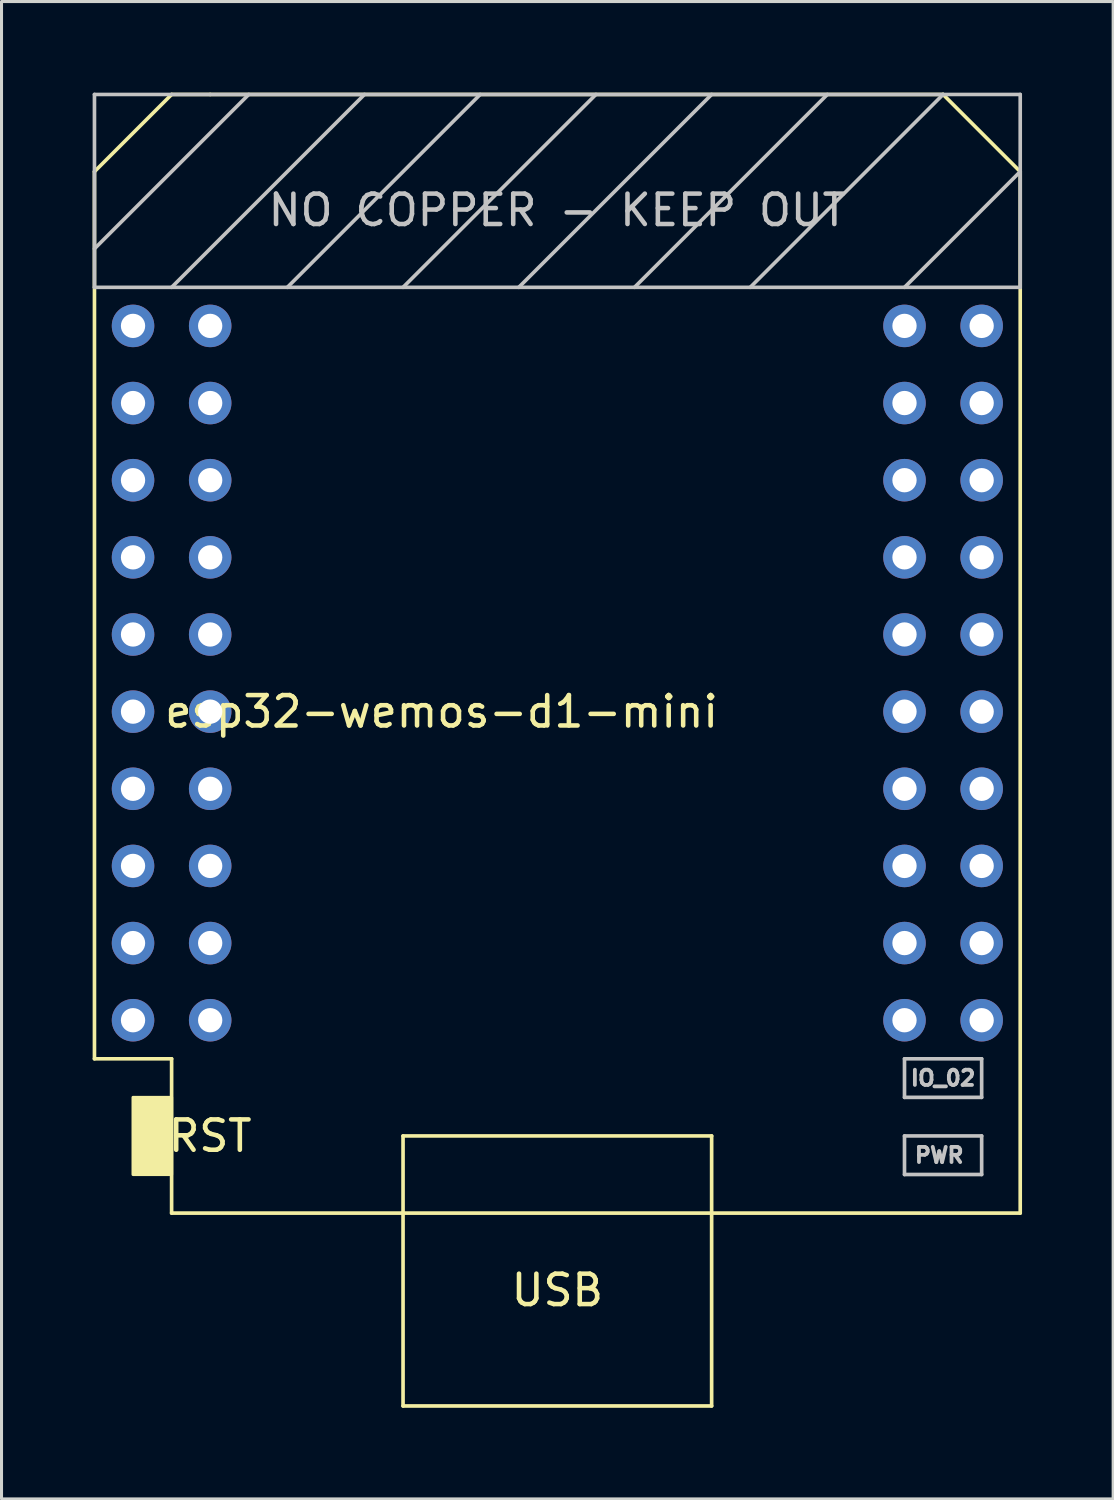
<source format=kicad_pcb>
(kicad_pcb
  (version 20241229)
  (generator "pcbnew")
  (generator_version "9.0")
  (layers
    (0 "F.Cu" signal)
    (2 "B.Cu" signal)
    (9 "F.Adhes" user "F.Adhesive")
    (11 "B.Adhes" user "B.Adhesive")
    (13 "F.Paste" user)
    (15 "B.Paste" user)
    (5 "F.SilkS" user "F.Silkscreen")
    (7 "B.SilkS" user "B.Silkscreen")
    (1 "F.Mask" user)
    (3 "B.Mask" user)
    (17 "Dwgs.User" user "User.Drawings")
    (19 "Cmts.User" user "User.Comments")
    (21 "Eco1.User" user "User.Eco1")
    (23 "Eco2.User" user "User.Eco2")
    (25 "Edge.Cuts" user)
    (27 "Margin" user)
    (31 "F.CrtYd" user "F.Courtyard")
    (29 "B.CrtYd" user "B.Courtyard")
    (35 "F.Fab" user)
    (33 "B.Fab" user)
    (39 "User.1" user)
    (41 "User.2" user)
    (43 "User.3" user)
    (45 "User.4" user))
  (footprint "esp32-wemos-d1-mini"
    (layer "F.Cu")
    (at 15.3 19.11)
    (property "Reference" "esp32-wemos-d1-mini" (at -3.81 1.27 0) (layer "F.SilkS") (effects (font (size 1 1) (thickness 0.15))))
    (attr through_hole)
    (fp_line (start -15.24 -16.51) (end -15.24 12.7) (stroke (width 0.12) (type solid)) (layer "F.SilkS"))
    (fp_line (start -15.24 12.7) (end -12.7 12.7) (stroke (width 0.12) (type solid)) (layer "F.SilkS"))
    (fp_line (start -12.7 -19.05) (end -15.24 -16.51) (stroke (width 0.12) (type solid)) (layer "F.SilkS"))
    (fp_line (start -12.7 -19.05) (end -11.43 -19.05) (stroke (width 0.12) (type solid)) (layer "F.SilkS"))
    (fp_line (start -12.7 12.7) (end -12.7 17.78) (stroke (width 0.12) (type solid)) (layer "F.SilkS"))
    (fp_line (start -12.7 17.78) (end 15.24 17.78) (stroke (width 0.12) (type solid)) (layer "F.SilkS"))
    (fp_line (start -5.08 15.24) (end 5.08 15.24) (stroke (width 0.12) (type solid)) (layer "F.SilkS"))
    (fp_line (start -5.08 17.78) (end -5.08 15.24) (stroke (width 0.12) (type solid)) (layer "F.SilkS"))
    (fp_line (start -5.08 17.78) (end -5.08 24.13) (stroke (width 0.12) (type solid)) (layer "F.SilkS"))
    (fp_line (start -5.08 24.13) (end 5.08 24.13) (stroke (width 0.12) (type solid)) (layer "F.SilkS"))
    (fp_line (start 5.08 15.24) (end 5.08 17.78) (stroke (width 0.12) (type solid)) (layer "F.SilkS"))
    (fp_line (start 5.08 24.13) (end 5.08 17.78) (stroke (width 0.12) (type solid)) (layer "F.SilkS"))
    (fp_line (start 12.7 -19.05) (end -11.43 -19.05) (stroke (width 0.12) (type solid)) (layer "F.SilkS"))
    (fp_line (start 12.7 -19.05) (end 15.24 -16.51) (stroke (width 0.12) (type solid)) (layer "F.SilkS"))
    (fp_line (start 15.24 -16.51) (end 15.24 17.78) (stroke (width 0.12) (type solid)) (layer "F.SilkS"))
    (fp_poly (pts (xy -13.97 16.51) (xy -13.97 13.97) (xy -12.7 13.97) (xy -12.7 16.51)) (stroke (width 0.1) (type solid)) (fill yes) (layer "F.SilkS"))
    (fp_line (start -15.24 -19.05) (end -15.24 -12.7) (stroke (width 0.12) (type solid)) (layer "Dwgs.User"))
    (fp_line (start -15.24 -12.7) (end 15.24 -12.7) (stroke (width 0.12) (type solid)) (layer "Dwgs.User"))
    (fp_line (start -10.16 -19.05) (end -15.24 -13.97) (stroke (width 0.12) (type solid)) (layer "Dwgs.User"))
    (fp_line (start -6.35 -19.05) (end -12.7 -12.7) (stroke (width 0.12) (type solid)) (layer "Dwgs.User"))
    (fp_line (start -2.54 -19.05) (end -8.89 -12.7) (stroke (width 0.12) (type solid)) (layer "Dwgs.User"))
    (fp_line (start 1.27 -19.05) (end -5.08 -12.7) (stroke (width 0.12) (type solid)) (layer "Dwgs.User"))
    (fp_line (start 5.08 -19.05) (end -1.27 -12.7) (stroke (width 0.12) (type solid)) (layer "Dwgs.User"))
    (fp_line (start 8.89 -19.05) (end 2.54 -12.7) (stroke (width 0.12) (type solid)) (layer "Dwgs.User"))
    (fp_line (start 11.43 12.7) (end 11.43 13.97) (stroke (width 0.12) (type solid)) (layer "Dwgs.User"))
    (fp_line (start 11.43 13.97) (end 13.97 13.97) (stroke (width 0.12) (type solid)) (layer "Dwgs.User"))
    (fp_line (start 11.43 15.24) (end 13.97 15.24) (stroke (width 0.12) (type solid)) (layer "Dwgs.User"))
    (fp_line (start 11.43 16.51) (end 11.43 15.24) (stroke (width 0.12) (type solid)) (layer "Dwgs.User"))
    (fp_line (start 12.7 -19.05) (end 6.35 -12.7) (stroke (width 0.12) (type solid)) (layer "Dwgs.User"))
    (fp_line (start 13.97 12.7) (end 11.43 12.7) (stroke (width 0.12) (type solid)) (layer "Dwgs.User"))
    (fp_line (start 13.97 13.97) (end 13.97 12.7) (stroke (width 0.12) (type solid)) (layer "Dwgs.User"))
    (fp_line (start 13.97 15.24) (end 13.97 16.51) (stroke (width 0.12) (type solid)) (layer "Dwgs.User"))
    (fp_line (start 13.97 16.51) (end 11.43 16.51) (stroke (width 0.12) (type solid)) (layer "Dwgs.User"))
    (fp_line (start 15.24 -19.05) (end -15.24 -19.05) (stroke (width 0.12) (type solid)) (layer "Dwgs.User"))
    (fp_line (start 15.24 -16.51) (end 11.43 -12.7) (stroke (width 0.12) (type solid)) (layer "Dwgs.User"))
    (fp_line (start 15.24 -12.7) (end 15.24 -19.05) (stroke (width 0.12) (type solid)) (layer "Dwgs.User"))
    (fp_text user "RST" (at -11.43 15.24 0) (layer "F.SilkS") (effects (font (size 1 1) (thickness 0.15))))
    (fp_text user "USB" (at 0 20.32 0) (layer "F.SilkS") (effects (font (size 1 1) (thickness 0.15))))
    (fp_text user "NO COPPER - KEEP OUT" (at 0 -15.24 0) (layer "Dwgs.User") (effects (font (size 1 1) (thickness 0.15))))
    (fp_text user "PWR" (at 12.573 15.875 0) (layer "Dwgs.User") (effects (font (size 0.5 0.5) (thickness 0.125))))
    (fp_text user "IO_02" (at 12.7 13.335 0) (layer "Dwgs.User") (effects (font (size 0.5 0.5) (thickness 0.125))))
    (pad "1" thru_hole circle (at -13.97 -11.43 270) (size 1.4 1.4) (drill 0.8) (layers "*.Cu" "*.Mask"))
    (pad "2" thru_hole circle (at -11.43 -11.43 270) (size 1.4 1.4) (drill 0.8) (layers "*.Cu" "*.Mask"))
    (pad "3" thru_hole circle (at -13.97 -8.89 270) (size 1.4 1.4) (drill 0.8) (layers "*.Cu" "*.Mask"))
    (pad "4" thru_hole circle (at -11.43 -8.89 270) (size 1.4 1.4) (drill 0.8) (layers "*.Cu" "*.Mask"))
    (pad "5" thru_hole circle (at -13.97 -6.35 270) (size 1.4 1.4) (drill 0.8) (layers "*.Cu" "*.Mask"))
    (pad "6" thru_hole circle (at -11.43 -6.35 270) (size 1.4 1.4) (drill 0.8) (layers "*.Cu" "*.Mask"))
    (pad "7" thru_hole circle (at -13.97 -3.81 270) (size 1.4 1.4) (drill 0.8) (layers "*.Cu" "*.Mask"))
    (pad "8" thru_hole circle (at -11.43 -3.81 270) (size 1.4 1.4) (drill 0.8) (layers "*.Cu" "*.Mask"))
    (pad "9" thru_hole circle (at -13.97 -1.27 270) (size 1.4 1.4) (drill 0.8) (layers "*.Cu" "*.Mask"))
    (pad "10" thru_hole circle (at -11.43 -1.27 270) (size 1.4 1.4) (drill 0.8) (layers "*.Cu" "*.Mask"))
    (pad "11" thru_hole circle (at -13.97 1.27 270) (size 1.4 1.4) (drill 0.8) (layers "*.Cu" "*.Mask"))
    (pad "12" thru_hole circle (at -11.43 1.27 270) (size 1.4 1.4) (drill 0.8) (layers "*.Cu" "*.Mask"))
    (pad "13" thru_hole circle (at -13.97 3.81 270) (size 1.4 1.4) (drill 0.8) (layers "*.Cu" "*.Mask"))
    (pad "14" thru_hole circle (at -11.43 3.81 270) (size 1.4 1.4) (drill 0.8) (layers "*.Cu" "*.Mask"))
    (pad "15" thru_hole circle (at -13.97 6.35 270) (size 1.4 1.4) (drill 0.8) (layers "*.Cu" "*.Mask"))
    (pad "16" thru_hole circle (at -11.43 6.35 270) (size 1.4 1.4) (drill 0.8) (layers "*.Cu" "*.Mask"))
    (pad "17" thru_hole circle (at -13.97 8.89 270) (size 1.4 1.4) (drill 0.8) (layers "*.Cu" "*.Mask"))
    (pad "18" thru_hole circle (at -11.43 8.89 270) (size 1.4 1.4) (drill 0.8) (layers "*.Cu" "*.Mask"))
    (pad "19" thru_hole circle (at -13.97 11.43 270) (size 1.4 1.4) (drill 0.8) (layers "*.Cu" "*.Mask"))
    (pad "20" thru_hole circle (at -11.43 11.43 270) (size 1.4 1.4) (drill 0.8) (layers "*.Cu" "*.Mask"))
    (pad "21" thru_hole circle (at 11.43 -11.43 270) (size 1.4 1.4) (drill 0.8) (layers "*.Cu" "*.Mask"))
    (pad "22" thru_hole circle (at 13.97 -11.43 270) (size 1.4 1.4) (drill 0.8) (layers "*.Cu" "*.Mask"))
    (pad "23" thru_hole circle (at 11.43 -8.89 270) (size 1.4 1.4) (drill 0.8) (layers "*.Cu" "*.Mask"))
    (pad "24" thru_hole circle (at 13.97 -8.89 270) (size 1.4 1.4) (drill 0.8) (layers "*.Cu" "*.Mask"))
    (pad "25" thru_hole circle (at 11.43 -6.35 270) (size 1.4 1.4) (drill 0.8) (layers "*.Cu" "*.Mask"))
    (pad "26" thru_hole circle (at 13.97 -6.35 270) (size 1.4 1.4) (drill 0.8) (layers "*.Cu" "*.Mask"))
    (pad "27" thru_hole circle (at 11.43 -3.81 270) (size 1.4 1.4) (drill 0.8) (layers "*.Cu" "*.Mask"))
    (pad "28" thru_hole circle (at 13.97 -3.81 270) (size 1.4 1.4) (drill 0.8) (layers "*.Cu" "*.Mask"))
    (pad "29" thru_hole circle (at 11.43 -1.27 270) (size 1.4 1.4) (drill 0.8) (layers "*.Cu" "*.Mask"))
    (pad "30" thru_hole circle (at 13.97 -1.27 270) (size 1.4 1.4) (drill 0.8) (layers "*.Cu" "*.Mask"))
    (pad "31" thru_hole circle (at 11.43 1.27 270) (size 1.4 1.4) (drill 0.8) (layers "*.Cu" "*.Mask"))
    (pad "32" thru_hole circle (at 13.97 1.27 270) (size 1.4 1.4) (drill 0.8) (layers "*.Cu" "*.Mask"))
    (pad "33" thru_hole circle (at 11.43 3.81 270) (size 1.4 1.4) (drill 0.8) (layers "*.Cu" "*.Mask"))
    (pad "34" thru_hole circle (at 13.97 3.81 270) (size 1.4 1.4) (drill 0.8) (layers "*.Cu" "*.Mask"))
    (pad "35" thru_hole circle (at 11.43 6.35 270) (size 1.4 1.4) (drill 0.8) (layers "*.Cu" "*.Mask"))
    (pad "36" thru_hole circle (at 13.97 6.35 270) (size 1.4 1.4) (drill 0.8) (layers "*.Cu" "*.Mask"))
    (pad "37" thru_hole circle (at 11.43 8.89 270) (size 1.4 1.4) (drill 0.8) (layers "*.Cu" "*.Mask"))
    (pad "38" thru_hole circle (at 13.97 8.89 270) (size 1.4 1.4) (drill 0.8) (layers "*.Cu" "*.Mask"))
    (pad "39" thru_hole circle (at 11.43 11.43 270) (size 1.4 1.4) (drill 0.8) (layers "*.Cu" "*.Mask"))
    (pad "40" thru_hole circle (at 13.97 11.43 270) (size 1.4 1.4) (drill 0.8) (layers "*.Cu" "*.Mask")))
  (gr_rect
    (start -3 -3)
    (end 33.6 46.3)
    (stroke (width 0.1) (type default))
    (fill no)
    (layer "Edge.Cuts")))
</source>
